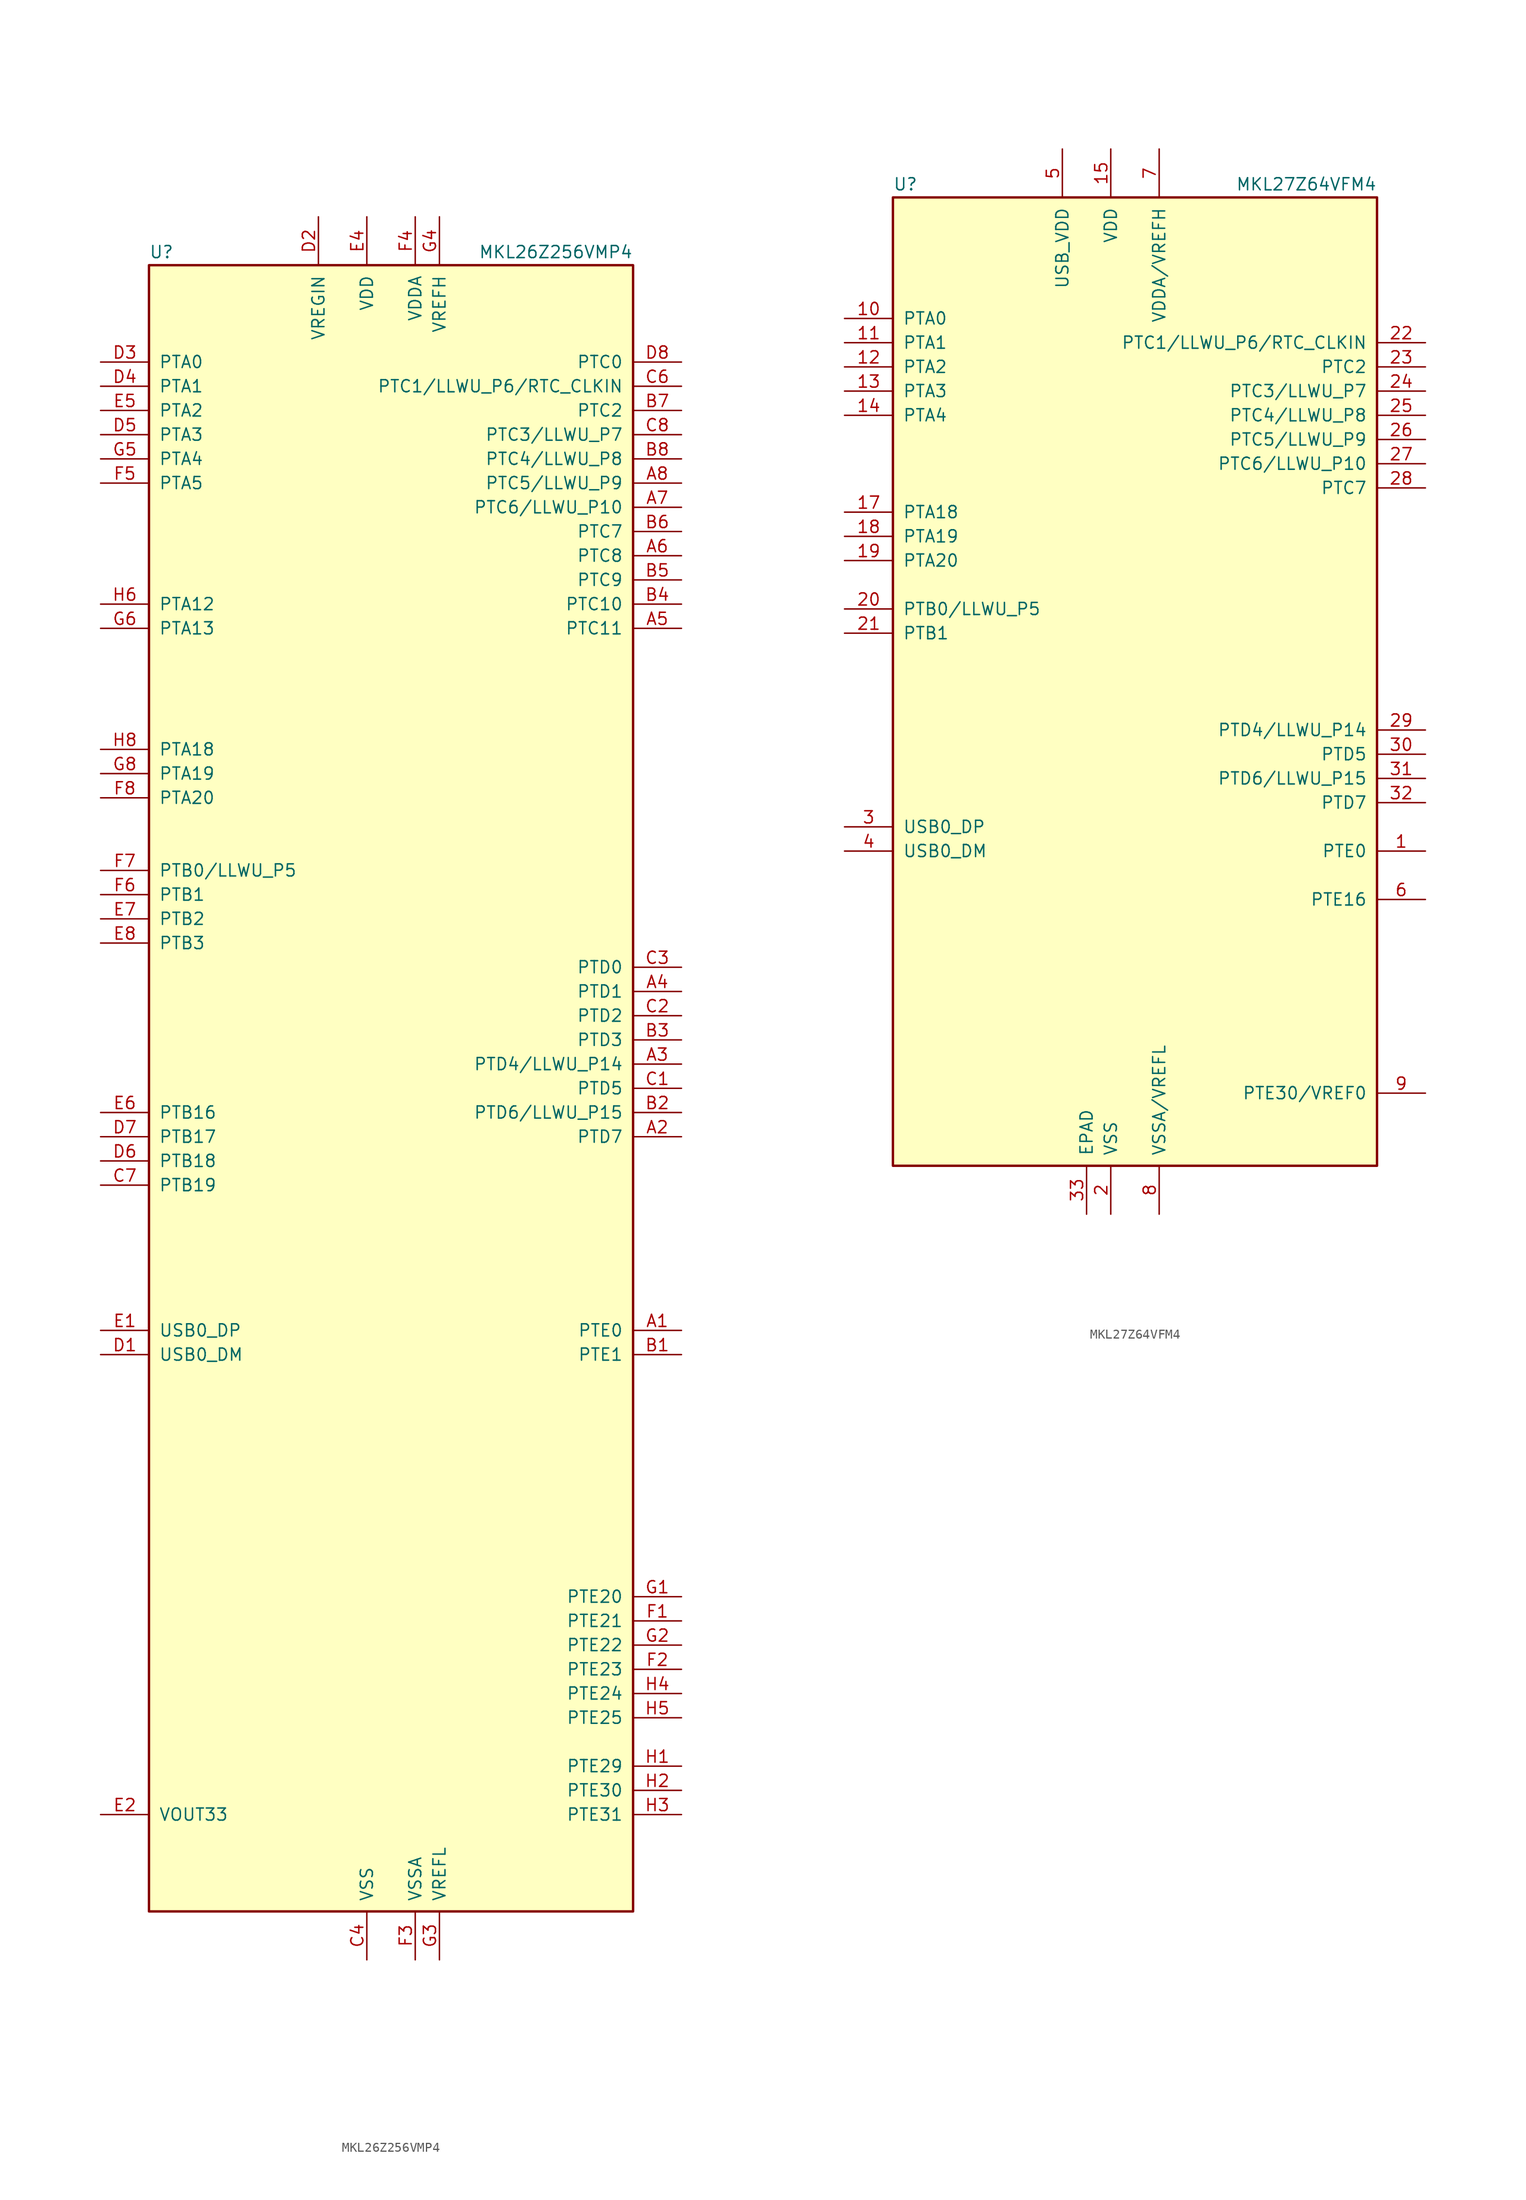
<source format=kicad_sym>
(kicad_symbol_lib
  (version 20211014)
  (generator kicad_symbol_editor)
  (symbol "MKL26Z256VMP4"
    (pin_names
      (offset 1.016))
    (property "Reference" "U"
      (at -25.4 86.995 0)
      (effects (font (size 1.27 1.27)) (justify left bottom)))
    (property "Value" "MKL26Z256VMP4"
      (at 25.4 86.995 0)
      (effects (font (size 1.27 1.27)) (justify right bottom)))
    (symbol "MKL26Z256VMP4_0_1"
      (rectangle (start -25.4 86.36) (end 25.4 -86.36) (stroke (width 0.254) (type default) (color 0 0 0 0)) (fill (type background))))
    (symbol "MKL26Z256VMP4_1_1"
      (pin bidirectional line (at 30.48 -25.4 180) (length 5.08) (name "PTE0" (effects (font (size 1.27 1.27)))) (number "A1" (effects (font (size 1.27 1.27)))))
      (pin bidirectional line (at 30.48 -5.08 180) (length 5.08) (name "PTD7" (effects (font (size 1.27 1.27)))) (number "A2" (effects (font (size 1.27 1.27)))))
      (pin bidirectional line (at 30.48 2.54 180) (length 5.08) (name "PTD4/LLWU_P14" (effects (font (size 1.27 1.27)))) (number "A3" (effects (font (size 1.27 1.27)))))
      (pin bidirectional line (at 30.48 10.16 180) (length 5.08) (name "PTD1" (effects (font (size 1.27 1.27)))) (number "A4" (effects (font (size 1.27 1.27)))))
      (pin bidirectional line (at 30.48 48.26 180) (length 5.08) (name "PTC11" (effects (font (size 1.27 1.27)))) (number "A5" (effects (font (size 1.27 1.27)))))
      (pin bidirectional line (at 30.48 55.88 180) (length 5.08) (name "PTC8" (effects (font (size 1.27 1.27)))) (number "A6" (effects (font (size 1.27 1.27)))))
      (pin bidirectional line (at 30.48 60.96 180) (length 5.08) (name "PTC6/LLWU_P10" (effects (font (size 1.27 1.27)))) (number "A7" (effects (font (size 1.27 1.27)))))
      (pin bidirectional line (at 30.48 63.5 180) (length 5.08) (name "PTC5/LLWU_P9" (effects (font (size 1.27 1.27)))) (number "A8" (effects (font (size 1.27 1.27)))))
      (pin bidirectional line (at 30.48 -27.94 180) (length 5.08) (name "PTE1" (effects (font (size 1.27 1.27)))) (number "B1" (effects (font (size 1.27 1.27)))))
      (pin bidirectional line (at 30.48 -2.54 180) (length 5.08) (name "PTD6/LLWU_P15" (effects (font (size 1.27 1.27)))) (number "B2" (effects (font (size 1.27 1.27)))))
      (pin bidirectional line (at 30.48 5.08 180) (length 5.08) (name "PTD3" (effects (font (size 1.27 1.27)))) (number "B3" (effects (font (size 1.27 1.27)))))
      (pin bidirectional line (at 30.48 50.8 180) (length 5.08) (name "PTC10" (effects (font (size 1.27 1.27)))) (number "B4" (effects (font (size 1.27 1.27)))))
      (pin bidirectional line (at 30.48 53.34 180) (length 5.08) (name "PTC9" (effects (font (size 1.27 1.27)))) (number "B5" (effects (font (size 1.27 1.27)))))
      (pin bidirectional line (at 30.48 58.42 180) (length 5.08) (name "PTC7" (effects (font (size 1.27 1.27)))) (number "B6" (effects (font (size 1.27 1.27)))))
      (pin bidirectional line (at 30.48 71.12 180) (length 5.08) (name "PTC2" (effects (font (size 1.27 1.27)))) (number "B7" (effects (font (size 1.27 1.27)))))
      (pin bidirectional line (at 30.48 66.04 180) (length 5.08) (name "PTC4/LLWU_P8" (effects (font (size 1.27 1.27)))) (number "B8" (effects (font (size 1.27 1.27)))))
      (pin bidirectional line (at 30.48 0 180) (length 5.08) (name "PTD5" (effects (font (size 1.27 1.27)))) (number "C1" (effects (font (size 1.27 1.27)))))
      (pin bidirectional line (at 30.48 7.62 180) (length 5.08) (name "PTD2" (effects (font (size 1.27 1.27)))) (number "C2" (effects (font (size 1.27 1.27)))))
      (pin bidirectional line (at 30.48 12.7 180) (length 5.08) (name "PTD0" (effects (font (size 1.27 1.27)))) (number "C3" (effects (font (size 1.27 1.27)))))
      (pin power_in line (at -2.54 -91.44 90) (length 5.08) (name "VSS" (effects (font (size 1.27 1.27)))) (number "C4" (effects (font (size 1.27 1.27)))))
      (pin no_connect line (at -15.24 -86.36 90) (length 5.08) hide (name "NC" (effects (font (size 1.27 1.27)))) (number "C5" (effects (font (size 1.27 1.27)))))
      (pin bidirectional line (at 30.48 73.66 180) (length 5.08) (name "PTC1/LLWU_P6/RTC_CLKIN" (effects (font (size 1.27 1.27)))) (number "C6" (effects (font (size 1.27 1.27)))))
      (pin bidirectional line (at -30.48 -10.16 0) (length 5.08) (name "PTB19" (effects (font (size 1.27 1.27)))) (number "C7" (effects (font (size 1.27 1.27)))))
      (pin bidirectional line (at 30.48 68.58 180) (length 5.08) (name "PTC3/LLWU_P7" (effects (font (size 1.27 1.27)))) (number "C8" (effects (font (size 1.27 1.27)))))
      (pin bidirectional line (at -30.48 -27.94 0) (length 5.08) (name "USB0_DM" (effects (font (size 1.27 1.27)))) (number "D1" (effects (font (size 1.27 1.27)))))
      (pin power_in line (at -7.62 91.44 270) (length 5.08) (name "VREGIN" (effects (font (size 1.27 1.27)))) (number "D2" (effects (font (size 1.27 1.27)))))
      (pin bidirectional line (at -30.48 76.2 0) (length 5.08) (name "PTA0" (effects (font (size 1.27 1.27)))) (number "D3" (effects (font (size 1.27 1.27)))))
      (pin bidirectional line (at -30.48 73.66 0) (length 5.08) (name "PTA1" (effects (font (size 1.27 1.27)))) (number "D4" (effects (font (size 1.27 1.27)))))
      (pin bidirectional line (at -30.48 68.58 0) (length 5.08) (name "PTA3" (effects (font (size 1.27 1.27)))) (number "D5" (effects (font (size 1.27 1.27)))))
      (pin bidirectional line (at -30.48 -7.62 0) (length 5.08) (name "PTB18" (effects (font (size 1.27 1.27)))) (number "D6" (effects (font (size 1.27 1.27)))))
      (pin bidirectional line (at -30.48 -5.08 0) (length 5.08) (name "PTB17" (effects (font (size 1.27 1.27)))) (number "D7" (effects (font (size 1.27 1.27)))))
      (pin bidirectional line (at 30.48 76.2 180) (length 5.08) (name "PTC0" (effects (font (size 1.27 1.27)))) (number "D8" (effects (font (size 1.27 1.27)))))
      (pin bidirectional line (at -30.48 -25.4 0) (length 5.08) (name "USB0_DP" (effects (font (size 1.27 1.27)))) (number "E1" (effects (font (size 1.27 1.27)))))
      (pin power_out line (at -30.48 -76.2 0) (length 5.08) (name "VOUT33" (effects (font (size 1.27 1.27)))) (number "E2" (effects (font (size 1.27 1.27)))))
      (pin passive line (at -2.54 -91.44 90) (length 5.08) hide (name "VSS" (effects (font (size 1.27 1.27)))) (number "E3" (effects (font (size 1.27 1.27)))))
      (pin power_in line (at -2.54 91.44 270) (length 5.08) (name "VDD" (effects (font (size 1.27 1.27)))) (number "E4" (effects (font (size 1.27 1.27)))))
      (pin bidirectional line (at -30.48 71.12 0) (length 5.08) (name "PTA2" (effects (font (size 1.27 1.27)))) (number "E5" (effects (font (size 1.27 1.27)))))
      (pin bidirectional line (at -30.48 -2.54 0) (length 5.08) (name "PTB16" (effects (font (size 1.27 1.27)))) (number "E6" (effects (font (size 1.27 1.27)))))
      (pin bidirectional line (at -30.48 17.78 0) (length 5.08) (name "PTB2" (effects (font (size 1.27 1.27)))) (number "E7" (effects (font (size 1.27 1.27)))))
      (pin bidirectional line (at -30.48 15.24 0) (length 5.08) (name "PTB3" (effects (font (size 1.27 1.27)))) (number "E8" (effects (font (size 1.27 1.27)))))
      (pin bidirectional line (at 30.48 -55.88 180) (length 5.08) (name "PTE21" (effects (font (size 1.27 1.27)))) (number "F1" (effects (font (size 1.27 1.27)))))
      (pin bidirectional line (at 30.48 -60.96 180) (length 5.08) (name "PTE23" (effects (font (size 1.27 1.27)))) (number "F2" (effects (font (size 1.27 1.27)))))
      (pin power_in line (at 2.54 -91.44 90) (length 5.08) (name "VSSA" (effects (font (size 1.27 1.27)))) (number "F3" (effects (font (size 1.27 1.27)))))
      (pin power_in line (at 2.54 91.44 270) (length 5.08) (name "VDDA" (effects (font (size 1.27 1.27)))) (number "F4" (effects (font (size 1.27 1.27)))))
      (pin bidirectional line (at -30.48 63.5 0) (length 5.08) (name "PTA5" (effects (font (size 1.27 1.27)))) (number "F5" (effects (font (size 1.27 1.27)))))
      (pin bidirectional line (at -30.48 20.32 0) (length 5.08) (name "PTB1" (effects (font (size 1.27 1.27)))) (number "F6" (effects (font (size 1.27 1.27)))))
      (pin bidirectional line (at -30.48 22.86 0) (length 5.08) (name "PTB0/LLWU_P5" (effects (font (size 1.27 1.27)))) (number "F7" (effects (font (size 1.27 1.27)))))
      (pin bidirectional line (at -30.48 30.48 0) (length 5.08) (name "PTA20" (effects (font (size 1.27 1.27)))) (number "F8" (effects (font (size 1.27 1.27)))))
      (pin bidirectional line (at 30.48 -53.34 180) (length 5.08) (name "PTE20" (effects (font (size 1.27 1.27)))) (number "G1" (effects (font (size 1.27 1.27)))))
      (pin bidirectional line (at 30.48 -58.42 180) (length 5.08) (name "PTE22" (effects (font (size 1.27 1.27)))) (number "G2" (effects (font (size 1.27 1.27)))))
      (pin power_in line (at 5.08 -91.44 90) (length 5.08) (name "VREFL" (effects (font (size 1.27 1.27)))) (number "G3" (effects (font (size 1.27 1.27)))))
      (pin power_in line (at 5.08 91.44 270) (length 5.08) (name "VREFH" (effects (font (size 1.27 1.27)))) (number "G4" (effects (font (size 1.27 1.27)))))
      (pin bidirectional line (at -30.48 66.04 0) (length 5.08) (name "PTA4" (effects (font (size 1.27 1.27)))) (number "G5" (effects (font (size 1.27 1.27)))))
      (pin bidirectional line (at -30.48 48.26 0) (length 5.08) (name "PTA13" (effects (font (size 1.27 1.27)))) (number "G6" (effects (font (size 1.27 1.27)))))
      (pin passive line (at -2.54 91.44 270) (length 5.08) hide (name "VDD" (effects (font (size 1.27 1.27)))) (number "G7" (effects (font (size 1.27 1.27)))))
      (pin bidirectional line (at -30.48 33.02 0) (length 5.08) (name "PTA19" (effects (font (size 1.27 1.27)))) (number "G8" (effects (font (size 1.27 1.27)))))
      (pin bidirectional line (at 30.48 -71.12 180) (length 5.08) (name "PTE29" (effects (font (size 1.27 1.27)))) (number "H1" (effects (font (size 1.27 1.27)))))
      (pin bidirectional line (at 30.48 -73.66 180) (length 5.08) (name "PTE30" (effects (font (size 1.27 1.27)))) (number "H2" (effects (font (size 1.27 1.27)))))
      (pin bidirectional line (at 30.48 -76.2 180) (length 5.08) (name "PTE31" (effects (font (size 1.27 1.27)))) (number "H3" (effects (font (size 1.27 1.27)))))
      (pin bidirectional line (at 30.48 -63.5 180) (length 5.08) (name "PTE24" (effects (font (size 1.27 1.27)))) (number "H4" (effects (font (size 1.27 1.27)))))
      (pin bidirectional line (at 30.48 -66.04 180) (length 5.08) (name "PTE25" (effects (font (size 1.27 1.27)))) (number "H5" (effects (font (size 1.27 1.27)))))
      (pin bidirectional line (at -30.48 50.8 0) (length 5.08) (name "PTA12" (effects (font (size 1.27 1.27)))) (number "H6" (effects (font (size 1.27 1.27)))))
      (pin passive line (at -2.54 -91.44 90) (length 5.08) hide (name "VSS" (effects (font (size 1.27 1.27)))) (number "H7" (effects (font (size 1.27 1.27)))))
      (pin bidirectional line (at -30.48 35.56 0) (length 5.08) (name "PTA18" (effects (font (size 1.27 1.27)))) (number "H8" (effects (font (size 1.27 1.27)))))))
  (symbol "MKL27Z64VFM4"
    (pin_names
      (offset 1.016))
    (property "Reference" "U"
      (at -25.4 51.435 0)
      (effects (font (size 1.27 1.27)) (justify left bottom)))
    (property "Value" "MKL27Z64VFM4"
      (at 25.4 51.435 0)
      (effects (font (size 1.27 1.27)) (justify right bottom)))
    (symbol "MKL27Z64VFM4_0_1"
      (rectangle (start -25.4 50.8) (end 25.4 -50.8) (stroke (width 0.254) (type default) (color 0 0 0 0)) (fill (type background))))
    (symbol "MKL27Z64VFM4_1_1"
      (pin bidirectional line (at 30.48 -17.78 180) (length 5.08) (name "PTE0" (effects (font (size 1.27 1.27)))) (number "1" (effects (font (size 1.27 1.27)))))
      (pin bidirectional line (at -30.48 38.1 0) (length 5.08) (name "PTA0" (effects (font (size 1.27 1.27)))) (number "10" (effects (font (size 1.27 1.27)))))
      (pin bidirectional line (at -30.48 35.56 0) (length 5.08) (name "PTA1" (effects (font (size 1.27 1.27)))) (number "11" (effects (font (size 1.27 1.27)))))
      (pin bidirectional line (at -30.48 33.02 0) (length 5.08) (name "PTA2" (effects (font (size 1.27 1.27)))) (number "12" (effects (font (size 1.27 1.27)))))
      (pin bidirectional line (at -30.48 30.48 0) (length 5.08) (name "PTA3" (effects (font (size 1.27 1.27)))) (number "13" (effects (font (size 1.27 1.27)))))
      (pin bidirectional line (at -30.48 27.94 0) (length 5.08) (name "PTA4" (effects (font (size 1.27 1.27)))) (number "14" (effects (font (size 1.27 1.27)))))
      (pin power_in line (at -2.54 55.88 270) (length 5.08) (name "VDD" (effects (font (size 1.27 1.27)))) (number "15" (effects (font (size 1.27 1.27)))))
      (pin passive line (at -2.54 -55.88 90) (length 5.08) hide (name "VSS" (effects (font (size 1.27 1.27)))) (number "16" (effects (font (size 1.27 1.27)))))
      (pin bidirectional line (at -30.48 17.78 0) (length 5.08) (name "PTA18" (effects (font (size 1.27 1.27)))) (number "17" (effects (font (size 1.27 1.27)))))
      (pin bidirectional line (at -30.48 15.24 0) (length 5.08) (name "PTA19" (effects (font (size 1.27 1.27)))) (number "18" (effects (font (size 1.27 1.27)))))
      (pin bidirectional line (at -30.48 12.7 0) (length 5.08) (name "PTA20" (effects (font (size 1.27 1.27)))) (number "19" (effects (font (size 1.27 1.27)))))
      (pin power_in line (at -2.54 -55.88 90) (length 5.08) (name "VSS" (effects (font (size 1.27 1.27)))) (number "2" (effects (font (size 1.27 1.27)))))
      (pin bidirectional line (at -30.48 7.62 0) (length 5.08) (name "PTB0/LLWU_P5" (effects (font (size 1.27 1.27)))) (number "20" (effects (font (size 1.27 1.27)))))
      (pin bidirectional line (at -30.48 5.08 0) (length 5.08) (name "PTB1" (effects (font (size 1.27 1.27)))) (number "21" (effects (font (size 1.27 1.27)))))
      (pin bidirectional line (at 30.48 35.56 180) (length 5.08) (name "PTC1/LLWU_P6/RTC_CLKIN" (effects (font (size 1.27 1.27)))) (number "22" (effects (font (size 1.27 1.27)))))
      (pin bidirectional line (at 30.48 33.02 180) (length 5.08) (name "PTC2" (effects (font (size 1.27 1.27)))) (number "23" (effects (font (size 1.27 1.27)))))
      (pin bidirectional line (at 30.48 30.48 180) (length 5.08) (name "PTC3/LLWU_P7" (effects (font (size 1.27 1.27)))) (number "24" (effects (font (size 1.27 1.27)))))
      (pin bidirectional line (at 30.48 27.94 180) (length 5.08) (name "PTC4/LLWU_P8" (effects (font (size 1.27 1.27)))) (number "25" (effects (font (size 1.27 1.27)))))
      (pin bidirectional line (at 30.48 25.4 180) (length 5.08) (name "PTC5/LLWU_P9" (effects (font (size 1.27 1.27)))) (number "26" (effects (font (size 1.27 1.27)))))
      (pin bidirectional line (at 30.48 22.86 180) (length 5.08) (name "PTC6/LLWU_P10" (effects (font (size 1.27 1.27)))) (number "27" (effects (font (size 1.27 1.27)))))
      (pin bidirectional line (at 30.48 20.32 180) (length 5.08) (name "PTC7" (effects (font (size 1.27 1.27)))) (number "28" (effects (font (size 1.27 1.27)))))
      (pin bidirectional line (at 30.48 -5.08 180) (length 5.08) (name "PTD4/LLWU_P14" (effects (font (size 1.27 1.27)))) (number "29" (effects (font (size 1.27 1.27)))))
      (pin bidirectional line (at -30.48 -15.24 0) (length 5.08) (name "USB0_DP" (effects (font (size 1.27 1.27)))) (number "3" (effects (font (size 1.27 1.27)))))
      (pin bidirectional line (at 30.48 -7.62 180) (length 5.08) (name "PTD5" (effects (font (size 1.27 1.27)))) (number "30" (effects (font (size 1.27 1.27)))))
      (pin bidirectional line (at 30.48 -10.16 180) (length 5.08) (name "PTD6/LLWU_P15" (effects (font (size 1.27 1.27)))) (number "31" (effects (font (size 1.27 1.27)))))
      (pin bidirectional line (at 30.48 -12.7 180) (length 5.08) (name "PTD7" (effects (font (size 1.27 1.27)))) (number "32" (effects (font (size 1.27 1.27)))))
      (pin power_in line (at -5.08 -55.88 90) (length 5.08) (name "EPAD" (effects (font (size 1.27 1.27)))) (number "33" (effects (font (size 1.27 1.27)))))
      (pin bidirectional line (at -30.48 -17.78 0) (length 5.08) (name "USB0_DM" (effects (font (size 1.27 1.27)))) (number "4" (effects (font (size 1.27 1.27)))))
      (pin power_in line (at -7.62 55.88 270) (length 5.08) (name "USB_VDD" (effects (font (size 1.27 1.27)))) (number "5" (effects (font (size 1.27 1.27)))))
      (pin bidirectional line (at 30.48 -22.86 180) (length 5.08) (name "PTE16" (effects (font (size 1.27 1.27)))) (number "6" (effects (font (size 1.27 1.27)))))
      (pin power_in line (at 2.54 55.88 270) (length 5.08) (name "VDDA/VREFH" (effects (font (size 1.27 1.27)))) (number "7" (effects (font (size 1.27 1.27)))))
      (pin power_in line (at 2.54 -55.88 90) (length 5.08) (name "VSSA/VREFL" (effects (font (size 1.27 1.27)))) (number "8" (effects (font (size 1.27 1.27)))))
      (pin bidirectional line (at 30.48 -43.18 180) (length 5.08) (name "PTE30/VREF0" (effects (font (size 1.27 1.27)))) (number "9" (effects (font (size 1.27 1.27))))))))
</source>
